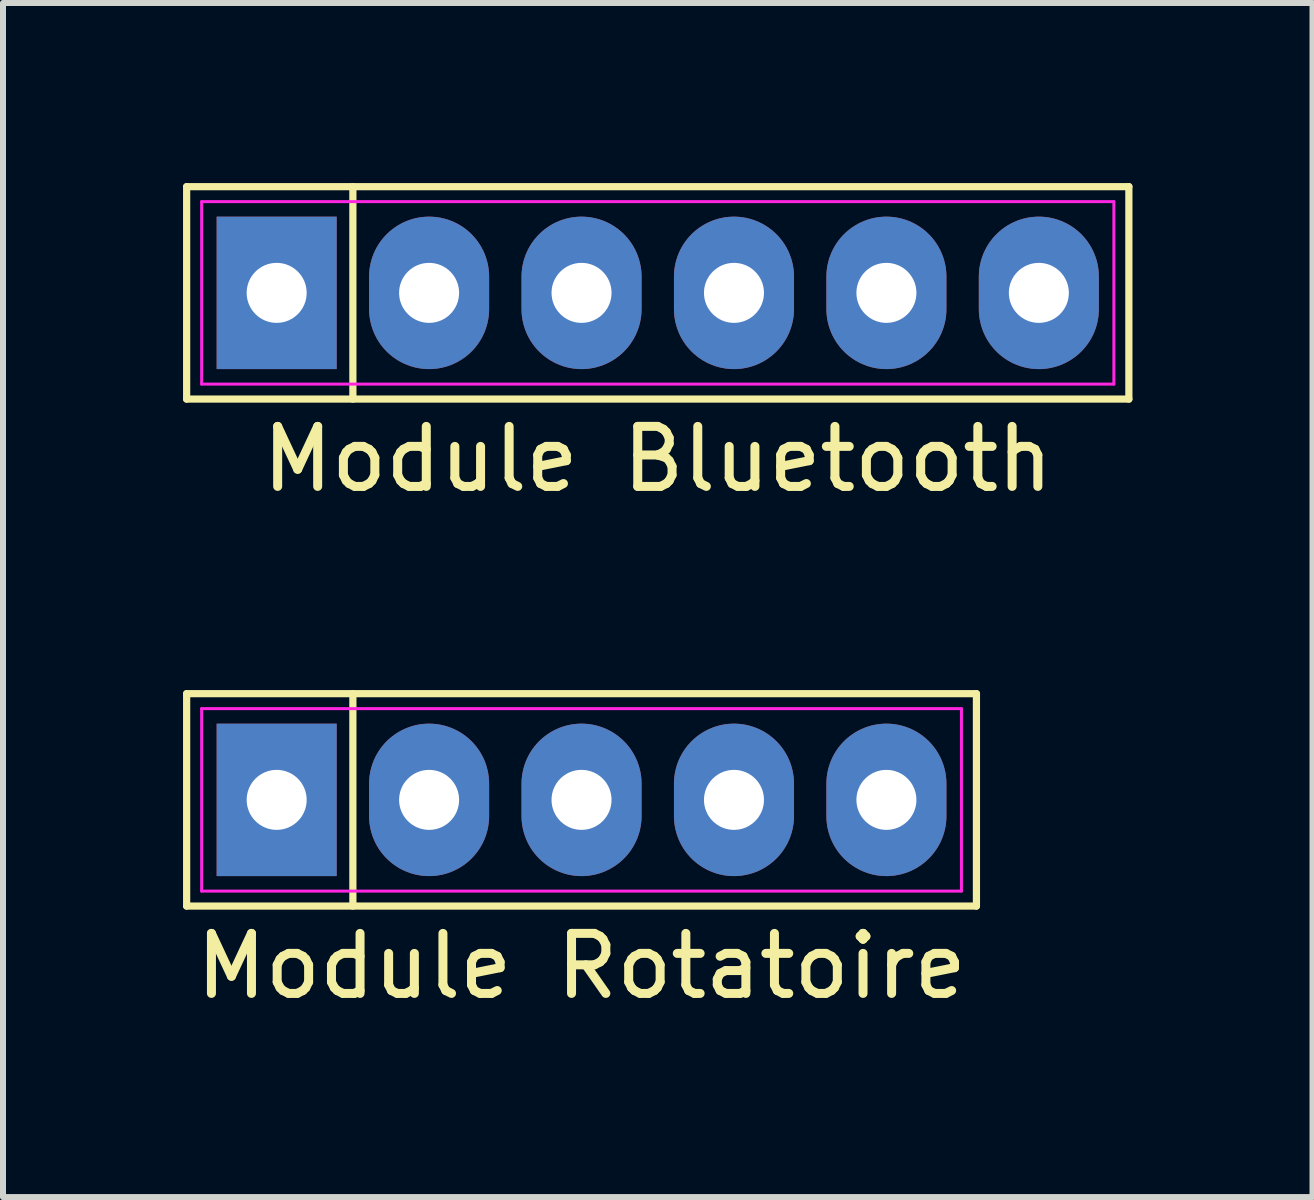
<source format=kicad_pcb>
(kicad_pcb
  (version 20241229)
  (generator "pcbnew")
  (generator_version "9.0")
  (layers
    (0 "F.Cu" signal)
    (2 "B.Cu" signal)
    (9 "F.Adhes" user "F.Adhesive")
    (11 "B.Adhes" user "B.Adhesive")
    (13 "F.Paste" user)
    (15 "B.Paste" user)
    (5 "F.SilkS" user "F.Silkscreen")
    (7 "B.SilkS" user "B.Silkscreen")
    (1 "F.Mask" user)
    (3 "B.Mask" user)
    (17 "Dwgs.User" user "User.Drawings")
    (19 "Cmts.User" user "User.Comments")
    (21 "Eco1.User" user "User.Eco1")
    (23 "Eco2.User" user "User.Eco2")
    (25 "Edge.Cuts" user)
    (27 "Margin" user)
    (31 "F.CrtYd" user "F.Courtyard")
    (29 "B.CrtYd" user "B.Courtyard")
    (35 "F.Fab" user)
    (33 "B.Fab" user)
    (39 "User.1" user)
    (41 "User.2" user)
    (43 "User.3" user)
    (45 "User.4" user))
  (footprint "Module Rotatoire"
    (layer "F.Cu")
    (at 6.64 10.278)
    (property "Reference" "Module Rotatoire" (at 0 2.77 0) (layer "F.SilkS") (effects (font (size 1 1) (thickness 0.15))))
    (attr through_hole)
    (fp_line (start -6.58 -1.77) (end 6.58 -1.77) (stroke (width 0.12) (type default)) (layer "F.SilkS"))
    (fp_line (start -6.58 1.77) (end -6.58 -1.77) (stroke (width 0.12) (type default)) (layer "F.SilkS"))
    (fp_line (start -3.81 -1.77) (end -3.81 1.77) (stroke (width 0.12) (type default)) (layer "F.SilkS"))
    (fp_line (start 6.58 -1.77) (end 6.58 1.77) (stroke (width 0.12) (type default)) (layer "F.SilkS"))
    (fp_line (start 6.58 1.77) (end -6.58 1.77) (stroke (width 0.12) (type default)) (layer "F.SilkS"))
    (fp_line (start -6.33 -1.52) (end 6.33 -1.52) (stroke (width 0.05) (type default)) (layer "F.CrtYd"))
    (fp_line (start -6.33 1.52) (end -6.33 -1.52) (stroke (width 0.05) (type default)) (layer "F.CrtYd"))
    (fp_line (start 6.33 -1.52) (end 6.33 1.52) (stroke (width 0.05) (type default)) (layer "F.CrtYd"))
    (fp_line (start 6.33 1.52) (end -6.33 1.52) (stroke (width 0.05) (type default)) (layer "F.CrtYd"))
    (pad "1" thru_hole rect (at -5.08 0) (size 2 2.54) (drill 1) (layers "*.Cu" "*.Mask"))
    (pad "2" thru_hole oval (at -2.54 0) (size 2 2.54) (drill 1) (layers "*.Cu" "*.Mask"))
    (pad "3" thru_hole oval (at 0 0) (size 2 2.54) (drill 1) (layers "*.Cu" "*.Mask"))
    (pad "4" thru_hole oval (at 2.54 0) (size 2 2.54) (drill 1) (layers "*.Cu" "*.Mask"))
    (pad "5" thru_hole oval (at 5.08 0) (size 2 2.54) (drill 1) (layers "*.Cu" "*.Mask")))
  (footprint "Module Bluetooth"
    (layer "F.Cu")
    (at 7.91 1.83)
    (property "Reference" "Module Bluetooth" (at 0 2.77 0) (layer "F.SilkS") (effects (font (size 1 1) (thickness 0.15))))
    (attr through_hole)
    (fp_line (start -7.85 -1.77) (end 7.85 -1.77) (stroke (width 0.12) (type default)) (layer "F.SilkS"))
    (fp_line (start -7.85 1.77) (end -7.85 -1.77) (stroke (width 0.12) (type default)) (layer "F.SilkS"))
    (fp_line (start -5.08 -1.77) (end -5.08 1.77) (stroke (width 0.12) (type default)) (layer "F.SilkS"))
    (fp_line (start 7.85 -1.77) (end 7.85 1.77) (stroke (width 0.12) (type default)) (layer "F.SilkS"))
    (fp_line (start 7.85 1.77) (end -7.85 1.77) (stroke (width 0.12) (type default)) (layer "F.SilkS"))
    (fp_line (start -7.6 -1.52) (end 7.6 -1.52) (stroke (width 0.05) (type default)) (layer "F.CrtYd"))
    (fp_line (start -7.6 1.52) (end -7.6 -1.52) (stroke (width 0.05) (type default)) (layer "F.CrtYd"))
    (fp_line (start 7.6 -1.52) (end 7.6 1.52) (stroke (width 0.05) (type default)) (layer "F.CrtYd"))
    (fp_line (start 7.6 1.52) (end -7.6 1.52) (stroke (width 0.05) (type default)) (layer "F.CrtYd"))
    (pad "1" thru_hole rect (at -6.35 0) (size 2 2.54) (drill 1) (layers "*.Cu" "*.Mask"))
    (pad "2" thru_hole oval (at -3.81 0) (size 2 2.54) (drill 1) (layers "*.Cu" "*.Mask"))
    (pad "3" thru_hole oval (at -1.27 0) (size 2 2.54) (drill 1) (layers "*.Cu" "*.Mask"))
    (pad "4" thru_hole oval (at 1.27 0) (size 2 2.54) (drill 1) (layers "*.Cu" "*.Mask"))
    (pad "5" thru_hole oval (at 3.81 0) (size 2 2.54) (drill 1) (layers "*.Cu" "*.Mask"))
    (pad "6" thru_hole oval (at 6.35 0) (size 2 2.54) (drill 1) (layers "*.Cu" "*.Mask")))
  (gr_rect
    (start -3 -3)
    (end 18.82 16.896)
    (stroke (width 0.1) (type default))
    (fill no)
    (layer "Edge.Cuts")))
</source>
